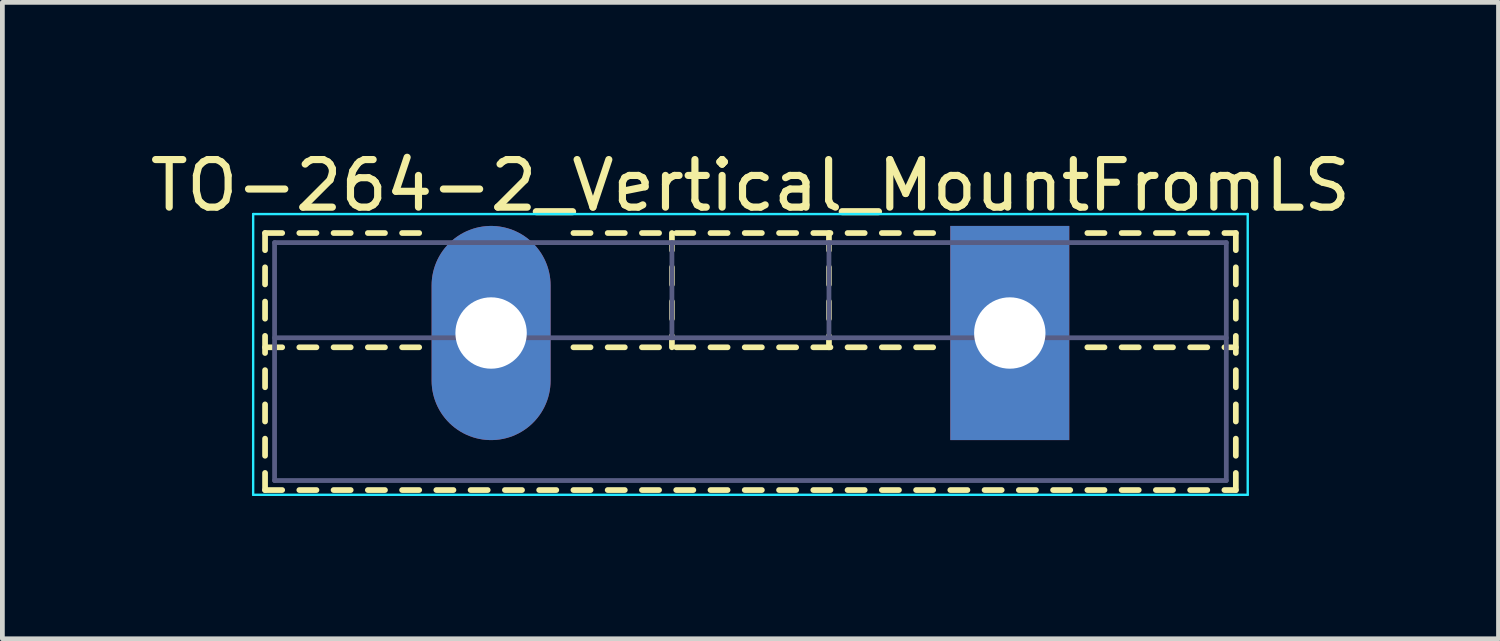
<source format=kicad_pcb>
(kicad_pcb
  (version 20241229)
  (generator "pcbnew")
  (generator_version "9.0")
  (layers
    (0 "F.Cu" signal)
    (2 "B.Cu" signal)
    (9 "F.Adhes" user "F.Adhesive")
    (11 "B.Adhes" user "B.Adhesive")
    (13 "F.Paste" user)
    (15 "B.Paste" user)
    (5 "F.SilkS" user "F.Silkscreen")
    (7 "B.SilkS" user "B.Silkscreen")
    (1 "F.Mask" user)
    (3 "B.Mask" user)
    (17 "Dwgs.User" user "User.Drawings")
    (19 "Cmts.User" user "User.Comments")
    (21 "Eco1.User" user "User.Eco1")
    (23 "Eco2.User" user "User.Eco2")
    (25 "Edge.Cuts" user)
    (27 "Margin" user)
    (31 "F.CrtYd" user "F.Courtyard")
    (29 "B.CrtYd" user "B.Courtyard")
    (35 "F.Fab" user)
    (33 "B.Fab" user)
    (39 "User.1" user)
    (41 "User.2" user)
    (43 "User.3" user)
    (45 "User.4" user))
  (footprint "TO-264-2_Vertical_MountFromLS"
    (layer "F.Cu")
    (at 18.17 3.948)
    (property "Reference" "TO-264-2_Vertical_MountFromLS" (at -5.45 -3.1 0) (layer "F.SilkS") (effects (font (size 1 1) (thickness 0.15))))
    (attr through_hole)
    (fp_line (start -15.65 -2.101) (end -15.65 -1.741) (stroke (width 0.12) (type solid)) (layer "F.SilkS"))
    (fp_line (start -15.65 -2.101) (end -15.29 -2.101) (stroke (width 0.12) (type solid)) (layer "F.SilkS"))
    (fp_line (start -15.65 -1.381) (end -15.65 -1.021) (stroke (width 0.12) (type solid)) (layer "F.SilkS"))
    (fp_line (start -15.65 -0.661) (end -15.65 -0.301) (stroke (width 0.12) (type solid)) (layer "F.SilkS"))
    (fp_line (start -15.65 0.06) (end -15.65 0.42) (stroke (width 0.12) (type solid)) (layer "F.SilkS"))
    (fp_line (start -15.65 0.3) (end -15.29 0.3) (stroke (width 0.12) (type solid)) (layer "F.SilkS"))
    (fp_line (start -15.65 0.78) (end -15.65 1.14) (stroke (width 0.12) (type solid)) (layer "F.SilkS"))
    (fp_line (start -15.65 1.5) (end -15.65 1.86) (stroke (width 0.12) (type solid)) (layer "F.SilkS"))
    (fp_line (start -15.65 2.22) (end -15.65 2.58) (stroke (width 0.12) (type solid)) (layer "F.SilkS"))
    (fp_line (start -15.65 2.94) (end -15.65 3.3) (stroke (width 0.12) (type solid)) (layer "F.SilkS"))
    (fp_line (start -15.65 3.3) (end -15.29 3.3) (stroke (width 0.12) (type solid)) (layer "F.SilkS"))
    (fp_line (start -14.93 -2.101) (end -14.57 -2.101) (stroke (width 0.12) (type solid)) (layer "F.SilkS"))
    (fp_line (start -14.93 0.3) (end -14.57 0.3) (stroke (width 0.12) (type solid)) (layer "F.SilkS"))
    (fp_line (start -14.93 3.3) (end -14.57 3.3) (stroke (width 0.12) (type solid)) (layer "F.SilkS"))
    (fp_line (start -14.21 -2.101) (end -13.85 -2.101) (stroke (width 0.12) (type solid)) (layer "F.SilkS"))
    (fp_line (start -14.21 0.3) (end -13.85 0.3) (stroke (width 0.12) (type solid)) (layer "F.SilkS"))
    (fp_line (start -14.21 3.3) (end -13.85 3.3) (stroke (width 0.12) (type solid)) (layer "F.SilkS"))
    (fp_line (start -13.49 -2.101) (end -13.13 -2.101) (stroke (width 0.12) (type solid)) (layer "F.SilkS"))
    (fp_line (start -13.49 0.3) (end -13.13 0.3) (stroke (width 0.12) (type solid)) (layer "F.SilkS"))
    (fp_line (start -13.49 3.3) (end -13.13 3.3) (stroke (width 0.12) (type solid)) (layer "F.SilkS"))
    (fp_line (start -12.77 -2.101) (end -12.411 -2.101) (stroke (width 0.12) (type solid)) (layer "F.SilkS"))
    (fp_line (start -12.77 0.3) (end -12.411 0.3) (stroke (width 0.12) (type solid)) (layer "F.SilkS"))
    (fp_line (start -12.77 3.3) (end -12.411 3.3) (stroke (width 0.12) (type solid)) (layer "F.SilkS"))
    (fp_line (start -12.051 3.3) (end -11.691 3.3) (stroke (width 0.12) (type solid)) (layer "F.SilkS"))
    (fp_line (start -11.331 3.3) (end -10.971 3.3) (stroke (width 0.12) (type solid)) (layer "F.SilkS"))
    (fp_line (start -10.61 3.3) (end -10.25 3.3) (stroke (width 0.12) (type solid)) (layer "F.SilkS"))
    (fp_line (start -9.89 3.3) (end -9.53 3.3) (stroke (width 0.12) (type solid)) (layer "F.SilkS"))
    (fp_line (start -9.17 -2.101) (end -8.81 -2.101) (stroke (width 0.12) (type solid)) (layer "F.SilkS"))
    (fp_line (start -9.17 0.3) (end -8.81 0.3) (stroke (width 0.12) (type solid)) (layer "F.SilkS"))
    (fp_line (start -9.17 3.3) (end -8.81 3.3) (stroke (width 0.12) (type solid)) (layer "F.SilkS"))
    (fp_line (start -8.45 -2.101) (end -8.09 -2.101) (stroke (width 0.12) (type solid)) (layer "F.SilkS"))
    (fp_line (start -8.45 0.3) (end -8.09 0.3) (stroke (width 0.12) (type solid)) (layer "F.SilkS"))
    (fp_line (start -8.45 3.3) (end -8.09 3.3) (stroke (width 0.12) (type solid)) (layer "F.SilkS"))
    (fp_line (start -7.73 -2.101) (end -7.37 -2.101) (stroke (width 0.12) (type solid)) (layer "F.SilkS"))
    (fp_line (start -7.73 0.3) (end -7.37 0.3) (stroke (width 0.12) (type solid)) (layer "F.SilkS"))
    (fp_line (start -7.73 3.3) (end -7.37 3.3) (stroke (width 0.12) (type solid)) (layer "F.SilkS"))
    (fp_line (start -7.1 -2.101) (end -7.1 -1.741) (stroke (width 0.12) (type solid)) (layer "F.SilkS"))
    (fp_line (start -7.1 -1.381) (end -7.1 -1.021) (stroke (width 0.12) (type solid)) (layer "F.SilkS"))
    (fp_line (start -7.1 -0.661) (end -7.1 -0.301) (stroke (width 0.12) (type solid)) (layer "F.SilkS"))
    (fp_line (start -7.1 0.06) (end -7.1 0.3) (stroke (width 0.12) (type solid)) (layer "F.SilkS"))
    (fp_line (start -7.01 -2.101) (end -6.65 -2.101) (stroke (width 0.12) (type solid)) (layer "F.SilkS"))
    (fp_line (start -7.01 0.3) (end -6.65 0.3) (stroke (width 0.12) (type solid)) (layer "F.SilkS"))
    (fp_line (start -7.01 3.3) (end -6.65 3.3) (stroke (width 0.12) (type solid)) (layer "F.SilkS"))
    (fp_line (start -6.29 -2.101) (end -5.93 -2.101) (stroke (width 0.12) (type solid)) (layer "F.SilkS"))
    (fp_line (start -6.29 0.3) (end -5.93 0.3) (stroke (width 0.12) (type solid)) (layer "F.SilkS"))
    (fp_line (start -6.29 3.3) (end -5.93 3.3) (stroke (width 0.12) (type solid)) (layer "F.SilkS"))
    (fp_line (start -5.57 -2.101) (end -5.21 -2.101) (stroke (width 0.12) (type solid)) (layer "F.SilkS"))
    (fp_line (start -5.57 0.3) (end -5.21 0.3) (stroke (width 0.12) (type solid)) (layer "F.SilkS"))
    (fp_line (start -5.57 3.3) (end -5.21 3.3) (stroke (width 0.12) (type solid)) (layer "F.SilkS"))
    (fp_line (start -4.849 -2.101) (end -4.489 -2.101) (stroke (width 0.12) (type solid)) (layer "F.SilkS"))
    (fp_line (start -4.849 0.3) (end -4.489 0.3) (stroke (width 0.12) (type solid)) (layer "F.SilkS"))
    (fp_line (start -4.849 3.3) (end -4.489 3.3) (stroke (width 0.12) (type solid)) (layer "F.SilkS"))
    (fp_line (start -4.129 -2.101) (end -3.769 -2.101) (stroke (width 0.12) (type solid)) (layer "F.SilkS"))
    (fp_line (start -4.129 0.3) (end -3.769 0.3) (stroke (width 0.12) (type solid)) (layer "F.SilkS"))
    (fp_line (start -4.129 3.3) (end -3.769 3.3) (stroke (width 0.12) (type solid)) (layer "F.SilkS"))
    (fp_line (start -3.8 -2.101) (end -3.8 -1.741) (stroke (width 0.12) (type solid)) (layer "F.SilkS"))
    (fp_line (start -3.8 -1.381) (end -3.8 -1.021) (stroke (width 0.12) (type solid)) (layer "F.SilkS"))
    (fp_line (start -3.8 -0.661) (end -3.8 -0.301) (stroke (width 0.12) (type solid)) (layer "F.SilkS"))
    (fp_line (start -3.8 0.06) (end -3.8 0.3) (stroke (width 0.12) (type solid)) (layer "F.SilkS"))
    (fp_line (start -3.409 -2.101) (end -3.049 -2.101) (stroke (width 0.12) (type solid)) (layer "F.SilkS"))
    (fp_line (start -3.409 0.3) (end -3.049 0.3) (stroke (width 0.12) (type solid)) (layer "F.SilkS"))
    (fp_line (start -3.409 3.3) (end -3.049 3.3) (stroke (width 0.12) (type solid)) (layer "F.SilkS"))
    (fp_line (start -2.689 -2.101) (end -2.329 -2.101) (stroke (width 0.12) (type solid)) (layer "F.SilkS"))
    (fp_line (start -2.689 0.3) (end -2.329 0.3) (stroke (width 0.12) (type solid)) (layer "F.SilkS"))
    (fp_line (start -2.689 3.3) (end -2.329 3.3) (stroke (width 0.12) (type solid)) (layer "F.SilkS"))
    (fp_line (start -1.969 -2.101) (end -1.61 -2.101) (stroke (width 0.12) (type solid)) (layer "F.SilkS"))
    (fp_line (start -1.969 0.3) (end -1.61 0.3) (stroke (width 0.12) (type solid)) (layer "F.SilkS"))
    (fp_line (start -1.969 3.3) (end -1.61 3.3) (stroke (width 0.12) (type solid)) (layer "F.SilkS"))
    (fp_line (start -1.25 3.3) (end -0.89 3.3) (stroke (width 0.12) (type solid)) (layer "F.SilkS"))
    (fp_line (start -0.53 3.3) (end -0.17 3.3) (stroke (width 0.12) (type solid)) (layer "F.SilkS"))
    (fp_line (start 0.19 3.3) (end 0.55 3.3) (stroke (width 0.12) (type solid)) (layer "F.SilkS"))
    (fp_line (start 0.91 3.3) (end 1.27 3.3) (stroke (width 0.12) (type solid)) (layer "F.SilkS"))
    (fp_line (start 1.63 -2.101) (end 1.99 -2.101) (stroke (width 0.12) (type solid)) (layer "F.SilkS"))
    (fp_line (start 1.63 0.3) (end 1.99 0.3) (stroke (width 0.12) (type solid)) (layer "F.SilkS"))
    (fp_line (start 1.63 3.3) (end 1.99 3.3) (stroke (width 0.12) (type solid)) (layer "F.SilkS"))
    (fp_line (start 2.35 -2.101) (end 2.71 -2.101) (stroke (width 0.12) (type solid)) (layer "F.SilkS"))
    (fp_line (start 2.35 0.3) (end 2.71 0.3) (stroke (width 0.12) (type solid)) (layer "F.SilkS"))
    (fp_line (start 2.35 3.3) (end 2.71 3.3) (stroke (width 0.12) (type solid)) (layer "F.SilkS"))
    (fp_line (start 3.07 -2.101) (end 3.43 -2.101) (stroke (width 0.12) (type solid)) (layer "F.SilkS"))
    (fp_line (start 3.07 0.3) (end 3.43 0.3) (stroke (width 0.12) (type solid)) (layer "F.SilkS"))
    (fp_line (start 3.07 3.3) (end 3.43 3.3) (stroke (width 0.12) (type solid)) (layer "F.SilkS"))
    (fp_line (start 3.79 -2.101) (end 4.15 -2.101) (stroke (width 0.12) (type solid)) (layer "F.SilkS"))
    (fp_line (start 3.79 0.3) (end 4.15 0.3) (stroke (width 0.12) (type solid)) (layer "F.SilkS"))
    (fp_line (start 3.79 3.3) (end 4.15 3.3) (stroke (width 0.12) (type solid)) (layer "F.SilkS"))
    (fp_line (start 4.51 -2.101) (end 4.75 -2.101) (stroke (width 0.12) (type solid)) (layer "F.SilkS"))
    (fp_line (start 4.51 0.3) (end 4.75 0.3) (stroke (width 0.12) (type solid)) (layer "F.SilkS"))
    (fp_line (start 4.51 3.3) (end 4.75 3.3) (stroke (width 0.12) (type solid)) (layer "F.SilkS"))
    (fp_line (start 4.75 -2.101) (end 4.75 -1.741) (stroke (width 0.12) (type solid)) (layer "F.SilkS"))
    (fp_line (start 4.75 -1.381) (end 4.75 -1.021) (stroke (width 0.12) (type solid)) (layer "F.SilkS"))
    (fp_line (start 4.75 -0.661) (end 4.75 -0.301) (stroke (width 0.12) (type solid)) (layer "F.SilkS"))
    (fp_line (start 4.75 0.06) (end 4.75 0.42) (stroke (width 0.12) (type solid)) (layer "F.SilkS"))
    (fp_line (start 4.75 0.78) (end 4.75 1.14) (stroke (width 0.12) (type solid)) (layer "F.SilkS"))
    (fp_line (start 4.75 1.5) (end 4.75 1.86) (stroke (width 0.12) (type solid)) (layer "F.SilkS"))
    (fp_line (start 4.75 2.22) (end 4.75 2.58) (stroke (width 0.12) (type solid)) (layer "F.SilkS"))
    (fp_line (start 4.75 2.94) (end 4.75 3.3) (stroke (width 0.12) (type solid)) (layer "F.SilkS"))
    (fp_line (start -15.9 -2.5) (end -15.9 3.4) (stroke (width 0.05) (type solid)) (layer "B.CrtYd"))
    (fp_line (start -15.9 3.4) (end 5 3.4) (stroke (width 0.05) (type solid)) (layer "B.CrtYd"))
    (fp_line (start 5 -2.5) (end -15.9 -2.5) (stroke (width 0.05) (type solid)) (layer "B.CrtYd"))
    (fp_line (start 5 3.4) (end 5 -2.5) (stroke (width 0.05) (type solid)) (layer "B.CrtYd"))
    (fp_line (start -15.45 -1.9) (end -15.45 3.1) (stroke (width 0.1) (type solid)) (layer "B.Fab"))
    (fp_line (start -15.45 0.1) (end 4.55 0.1) (stroke (width 0.1) (type solid)) (layer "B.Fab"))
    (fp_line (start -15.45 3.1) (end 4.55 3.1) (stroke (width 0.1) (type solid)) (layer "B.Fab"))
    (fp_line (start -7.1 -1.9) (end -7.1 0.1) (stroke (width 0.1) (type solid)) (layer "B.Fab"))
    (fp_line (start -3.8 -1.9) (end -3.8 0.1) (stroke (width 0.1) (type solid)) (layer "B.Fab"))
    (fp_line (start 4.55 -1.9) (end -15.45 -1.9) (stroke (width 0.1) (type solid)) (layer "B.Fab"))
    (fp_line (start 4.55 3.1) (end 4.55 -1.9) (stroke (width 0.1) (type solid)) (layer "B.Fab"))
    (pad "1" thru_hole rect (at 0 0) (size 2.5 4.5) (drill 1.5) (layers "*.Cu" "*.Mask"))
    (pad "2" thru_hole oval (at -10.9 0) (size 2.5 4.5) (drill 1.5) (layers "*.Cu" "*.Mask")))
  (gr_rect
    (start -3 -3)
    (end 28.44 10.373)
    (stroke (width 0.1) (type default))
    (fill no)
    (layer "Edge.Cuts")))
</source>
